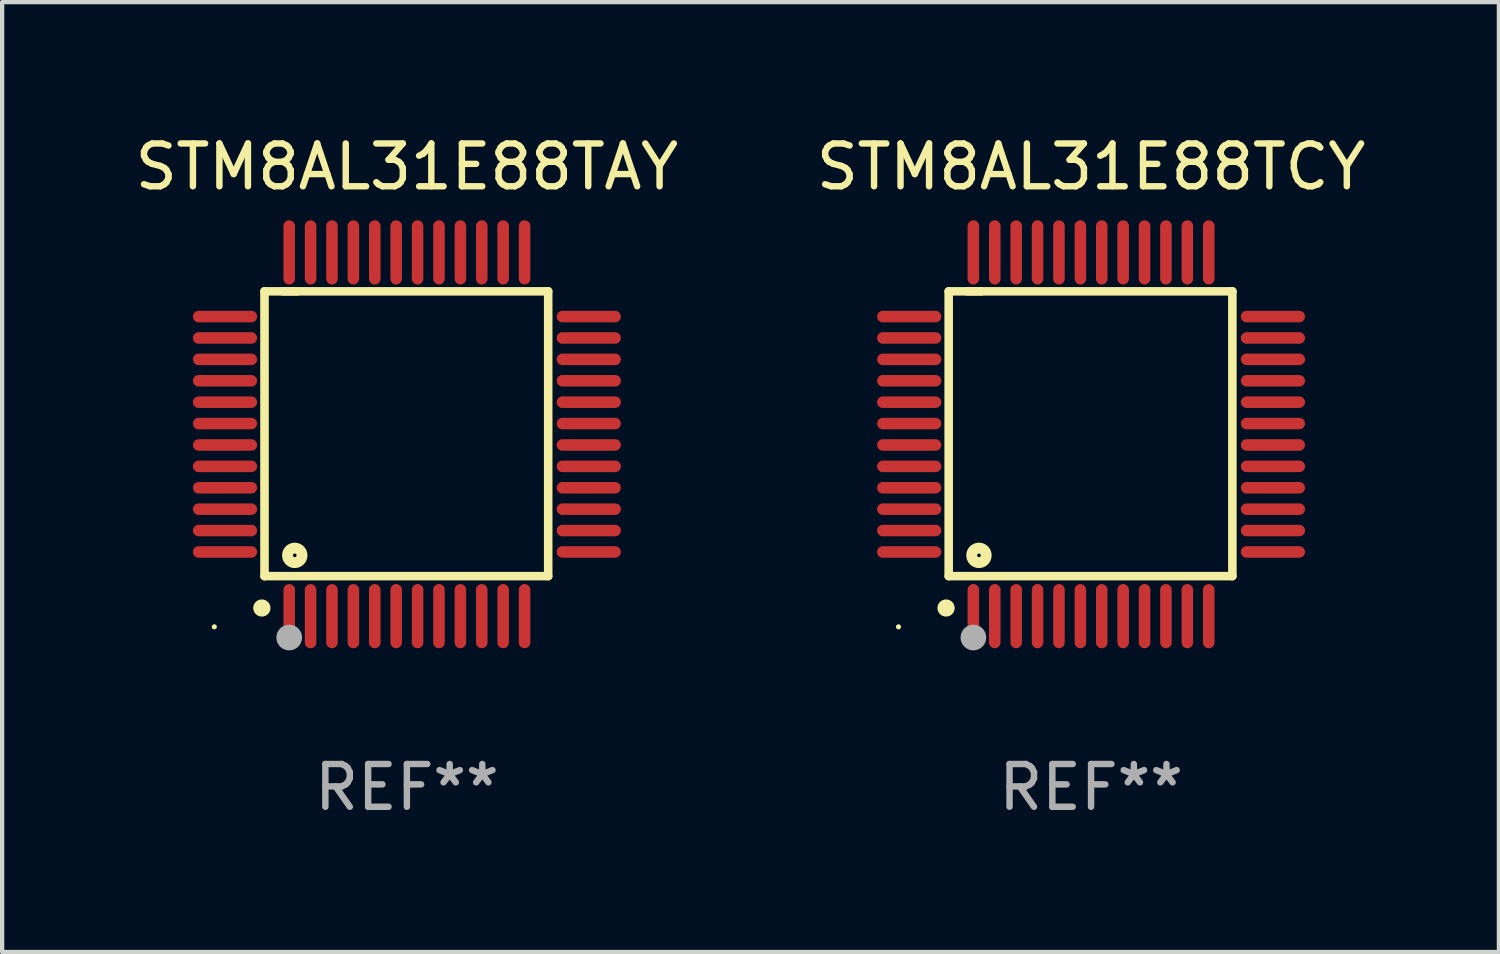
<source format=kicad_pcb>
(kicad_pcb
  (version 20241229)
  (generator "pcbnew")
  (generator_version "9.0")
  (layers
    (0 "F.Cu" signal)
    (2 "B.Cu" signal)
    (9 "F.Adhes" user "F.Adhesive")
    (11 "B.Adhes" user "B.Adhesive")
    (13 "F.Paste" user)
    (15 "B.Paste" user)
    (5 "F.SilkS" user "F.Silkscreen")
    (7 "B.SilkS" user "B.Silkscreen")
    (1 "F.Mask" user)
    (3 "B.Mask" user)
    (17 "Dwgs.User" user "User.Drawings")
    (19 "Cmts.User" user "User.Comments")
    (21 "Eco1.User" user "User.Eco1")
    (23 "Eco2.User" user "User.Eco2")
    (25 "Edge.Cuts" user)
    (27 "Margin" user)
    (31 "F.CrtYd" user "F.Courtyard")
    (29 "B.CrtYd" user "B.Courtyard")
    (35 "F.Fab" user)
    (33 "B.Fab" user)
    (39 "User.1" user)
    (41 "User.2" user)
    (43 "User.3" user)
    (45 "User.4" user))
  (footprint "STM8AL31E88TCY"
    (layer "F.Cu")
    (at 22.446 7.098)
    (property "Reference" "STM8AL31E88TCY" (at 0 -6.25 0) (layer "F.SilkS") (effects (font (size 1 1) (thickness 0.15))))
    (attr through_hole)
    (fp_line (start -3.327 -3.34) (end -2.565 -3.34) (stroke (width 0.2) (type solid)) (layer "F.SilkS"))
    (fp_line (start -3.327 3.315) (end -3.327 -3.34) (stroke (width 0.2) (type solid)) (layer "F.SilkS"))
    (fp_line (start -2.896 -3.34) (end 3.302 -3.34) (stroke (width 0.2) (type solid)) (layer "F.SilkS"))
    (fp_line (start 3.302 -3.34) (end 3.302 3.315) (stroke (width 0.2) (type solid)) (layer "F.SilkS"))
    (fp_line (start 3.302 3.315) (end -3.327 3.315) (stroke (width 0.2) (type solid)) (layer "F.SilkS"))
    (fp_arc (start -3.389992 4.059995) (mid -3.388722 4.059991) (end -3.387452 4.059995) (stroke (width 0.4) (type solid)) (layer "F.SilkS"))
    (fp_circle (center -4.5 4.5) (end -4.47 4.5) (stroke (width 0.06) (type solid)) (fill no) (layer "F.SilkS"))
    (fp_circle (center -2.62 2.83) (end -2.45 2.83) (stroke (width 0.254) (type solid)) (fill no) (layer "F.SilkS"))
    (fp_circle (center -2.75 4.75) (end -2.6 4.75) (stroke (width 0.3) (type solid)) (fill no) (layer "F.Fab"))
    (fp_text user "REF**" (at 0 8.25 0) (layer "F.Fab") (effects (font (size 1 1) (thickness 0.15))))
    (pad "1" smd oval (at -2.75 4.25) (size 0.27 1.5) (layers "F.Cu" "F.Mask" "F.Paste"))
    (pad "2" smd oval (at -2.25 4.25) (size 0.27 1.5) (layers "F.Cu" "F.Mask" "F.Paste"))
    (pad "3" smd oval (at -1.75 4.25) (size 0.27 1.5) (layers "F.Cu" "F.Mask" "F.Paste"))
    (pad "4" smd oval (at -1.25 4.25) (size 0.27 1.5) (layers "F.Cu" "F.Mask" "F.Paste"))
    (pad "5" smd oval (at -0.75 4.25) (size 0.27 1.5) (layers "F.Cu" "F.Mask" "F.Paste"))
    (pad "6" smd oval (at -0.25 4.25) (size 0.27 1.5) (layers "F.Cu" "F.Mask" "F.Paste"))
    (pad "7" smd oval (at 0.25 4.25) (size 0.27 1.5) (layers "F.Cu" "F.Mask" "F.Paste"))
    (pad "8" smd oval (at 0.75 4.25) (size 0.27 1.5) (layers "F.Cu" "F.Mask" "F.Paste"))
    (pad "9" smd oval (at 1.25 4.25) (size 0.27 1.5) (layers "F.Cu" "F.Mask" "F.Paste"))
    (pad "10" smd oval (at 1.75 4.25) (size 0.27 1.5) (layers "F.Cu" "F.Mask" "F.Paste"))
    (pad "11" smd oval (at 2.25 4.25) (size 0.27 1.5) (layers "F.Cu" "F.Mask" "F.Paste"))
    (pad "12" smd oval (at 2.75 4.25) (size 0.27 1.5) (layers "F.Cu" "F.Mask" "F.Paste"))
    (pad "13" smd oval (at 4.25 2.75) (size 1.5 0.27) (layers "F.Cu" "F.Mask" "F.Paste"))
    (pad "14" smd oval (at 4.25 2.25) (size 1.5 0.27) (layers "F.Cu" "F.Mask" "F.Paste"))
    (pad "15" smd oval (at 4.25 1.75) (size 1.5 0.27) (layers "F.Cu" "F.Mask" "F.Paste"))
    (pad "16" smd oval (at 4.25 1.25) (size 1.5 0.27) (layers "F.Cu" "F.Mask" "F.Paste"))
    (pad "17" smd oval (at 4.25 0.75) (size 1.5 0.27) (layers "F.Cu" "F.Mask" "F.Paste"))
    (pad "18" smd oval (at 4.25 0.25) (size 1.5 0.27) (layers "F.Cu" "F.Mask" "F.Paste"))
    (pad "19" smd oval (at 4.25 -0.25) (size 1.5 0.27) (layers "F.Cu" "F.Mask" "F.Paste"))
    (pad "20" smd oval (at 4.25 -0.75) (size 1.5 0.27) (layers "F.Cu" "F.Mask" "F.Paste"))
    (pad "21" smd oval (at 4.25 -1.25) (size 1.5 0.27) (layers "F.Cu" "F.Mask" "F.Paste"))
    (pad "22" smd oval (at 4.25 -1.75) (size 1.5 0.27) (layers "F.Cu" "F.Mask" "F.Paste"))
    (pad "23" smd oval (at 4.25 -2.25) (size 1.5 0.27) (layers "F.Cu" "F.Mask" "F.Paste"))
    (pad "24" smd oval (at 4.25 -2.75) (size 1.5 0.27) (layers "F.Cu" "F.Mask" "F.Paste"))
    (pad "25" smd oval (at 2.75 -4.25) (size 0.27 1.5) (layers "F.Cu" "F.Mask" "F.Paste"))
    (pad "26" smd oval (at 2.25 -4.25) (size 0.27 1.5) (layers "F.Cu" "F.Mask" "F.Paste"))
    (pad "27" smd oval (at 1.75 -4.25) (size 0.27 1.5) (layers "F.Cu" "F.Mask" "F.Paste"))
    (pad "28" smd oval (at 1.25 -4.25) (size 0.27 1.5) (layers "F.Cu" "F.Mask" "F.Paste"))
    (pad "29" smd oval (at 0.75 -4.25) (size 0.27 1.5) (layers "F.Cu" "F.Mask" "F.Paste"))
    (pad "30" smd oval (at 0.25 -4.25) (size 0.27 1.5) (layers "F.Cu" "F.Mask" "F.Paste"))
    (pad "31" smd oval (at -0.25 -4.25) (size 0.27 1.5) (layers "F.Cu" "F.Mask" "F.Paste"))
    (pad "32" smd oval (at -0.75 -4.25) (size 0.27 1.5) (layers "F.Cu" "F.Mask" "F.Paste"))
    (pad "33" smd oval (at -1.25 -4.25) (size 0.27 1.5) (layers "F.Cu" "F.Mask" "F.Paste"))
    (pad "34" smd oval (at -1.75 -4.25) (size 0.27 1.5) (layers "F.Cu" "F.Mask" "F.Paste"))
    (pad "35" smd oval (at -2.25 -4.25) (size 0.27 1.5) (layers "F.Cu" "F.Mask" "F.Paste"))
    (pad "36" smd oval (at -2.75 -4.25) (size 0.27 1.5) (layers "F.Cu" "F.Mask" "F.Paste"))
    (pad "37" smd oval (at -4.25 -2.75) (size 1.5 0.27) (layers "F.Cu" "F.Mask" "F.Paste"))
    (pad "38" smd oval (at -4.25 -2.25) (size 1.5 0.27) (layers "F.Cu" "F.Mask" "F.Paste"))
    (pad "39" smd oval (at -4.25 -1.75) (size 1.5 0.27) (layers "F.Cu" "F.Mask" "F.Paste"))
    (pad "40" smd oval (at -4.25 -1.25) (size 1.5 0.27) (layers "F.Cu" "F.Mask" "F.Paste"))
    (pad "41" smd oval (at -4.25 -0.75) (size 1.5 0.27) (layers "F.Cu" "F.Mask" "F.Paste"))
    (pad "42" smd oval (at -4.25 -0.25) (size 1.5 0.27) (layers "F.Cu" "F.Mask" "F.Paste"))
    (pad "43" smd oval (at -4.25 0.25) (size 1.5 0.27) (layers "F.Cu" "F.Mask" "F.Paste"))
    (pad "44" smd oval (at -4.25 0.75) (size 1.5 0.27) (layers "F.Cu" "F.Mask" "F.Paste"))
    (pad "45" smd oval (at -4.25 1.25) (size 1.5 0.27) (layers "F.Cu" "F.Mask" "F.Paste"))
    (pad "46" smd oval (at -4.25 1.75) (size 1.5 0.27) (layers "F.Cu" "F.Mask" "F.Paste"))
    (pad "47" smd oval (at -4.25 2.25) (size 1.5 0.27) (layers "F.Cu" "F.Mask" "F.Paste"))
    (pad "48" smd oval (at -4.25 2.75) (size 1.5 0.27) (layers "F.Cu" "F.Mask" "F.Paste")))
  (footprint "STM8AL31E88TAY"
    (layer "F.Cu")
    (at 6.458 7.098)
    (property "Reference" "STM8AL31E88TAY" (at 0 -6.25 0) (layer "F.SilkS") (effects (font (size 1 1) (thickness 0.15))))
    (attr through_hole)
    (fp_line (start -3.327 -3.34) (end -2.565 -3.34) (stroke (width 0.2) (type solid)) (layer "F.SilkS"))
    (fp_line (start -3.327 3.315) (end -3.327 -3.34) (stroke (width 0.2) (type solid)) (layer "F.SilkS"))
    (fp_line (start -2.896 -3.34) (end 3.302 -3.34) (stroke (width 0.2) (type solid)) (layer "F.SilkS"))
    (fp_line (start 3.302 -3.34) (end 3.302 3.315) (stroke (width 0.2) (type solid)) (layer "F.SilkS"))
    (fp_line (start 3.302 3.315) (end -3.327 3.315) (stroke (width 0.2) (type solid)) (layer "F.SilkS"))
    (fp_arc (start -3.389992 4.059995) (mid -3.388722 4.059991) (end -3.387452 4.059995) (stroke (width 0.4) (type solid)) (layer "F.SilkS"))
    (fp_circle (center -4.5 4.5) (end -4.47 4.5) (stroke (width 0.06) (type solid)) (fill no) (layer "F.SilkS"))
    (fp_circle (center -2.62 2.83) (end -2.45 2.83) (stroke (width 0.254) (type solid)) (fill no) (layer "F.SilkS"))
    (fp_circle (center -2.75 4.75) (end -2.6 4.75) (stroke (width 0.3) (type solid)) (fill no) (layer "F.Fab"))
    (fp_text user "REF**" (at 0 8.25 0) (layer "F.Fab") (effects (font (size 1 1) (thickness 0.15))))
    (pad "1" smd oval (at -2.75 4.25) (size 0.27 1.5) (layers "F.Cu" "F.Mask" "F.Paste"))
    (pad "2" smd oval (at -2.25 4.25) (size 0.27 1.5) (layers "F.Cu" "F.Mask" "F.Paste"))
    (pad "3" smd oval (at -1.75 4.25) (size 0.27 1.5) (layers "F.Cu" "F.Mask" "F.Paste"))
    (pad "4" smd oval (at -1.25 4.25) (size 0.27 1.5) (layers "F.Cu" "F.Mask" "F.Paste"))
    (pad "5" smd oval (at -0.75 4.25) (size 0.27 1.5) (layers "F.Cu" "F.Mask" "F.Paste"))
    (pad "6" smd oval (at -0.25 4.25) (size 0.27 1.5) (layers "F.Cu" "F.Mask" "F.Paste"))
    (pad "7" smd oval (at 0.25 4.25) (size 0.27 1.5) (layers "F.Cu" "F.Mask" "F.Paste"))
    (pad "8" smd oval (at 0.75 4.25) (size 0.27 1.5) (layers "F.Cu" "F.Mask" "F.Paste"))
    (pad "9" smd oval (at 1.25 4.25) (size 0.27 1.5) (layers "F.Cu" "F.Mask" "F.Paste"))
    (pad "10" smd oval (at 1.75 4.25) (size 0.27 1.5) (layers "F.Cu" "F.Mask" "F.Paste"))
    (pad "11" smd oval (at 2.25 4.25) (size 0.27 1.5) (layers "F.Cu" "F.Mask" "F.Paste"))
    (pad "12" smd oval (at 2.75 4.25) (size 0.27 1.5) (layers "F.Cu" "F.Mask" "F.Paste"))
    (pad "13" smd oval (at 4.25 2.75) (size 1.5 0.27) (layers "F.Cu" "F.Mask" "F.Paste"))
    (pad "14" smd oval (at 4.25 2.25) (size 1.5 0.27) (layers "F.Cu" "F.Mask" "F.Paste"))
    (pad "15" smd oval (at 4.25 1.75) (size 1.5 0.27) (layers "F.Cu" "F.Mask" "F.Paste"))
    (pad "16" smd oval (at 4.25 1.25) (size 1.5 0.27) (layers "F.Cu" "F.Mask" "F.Paste"))
    (pad "17" smd oval (at 4.25 0.75) (size 1.5 0.27) (layers "F.Cu" "F.Mask" "F.Paste"))
    (pad "18" smd oval (at 4.25 0.25) (size 1.5 0.27) (layers "F.Cu" "F.Mask" "F.Paste"))
    (pad "19" smd oval (at 4.25 -0.25) (size 1.5 0.27) (layers "F.Cu" "F.Mask" "F.Paste"))
    (pad "20" smd oval (at 4.25 -0.75) (size 1.5 0.27) (layers "F.Cu" "F.Mask" "F.Paste"))
    (pad "21" smd oval (at 4.25 -1.25) (size 1.5 0.27) (layers "F.Cu" "F.Mask" "F.Paste"))
    (pad "22" smd oval (at 4.25 -1.75) (size 1.5 0.27) (layers "F.Cu" "F.Mask" "F.Paste"))
    (pad "23" smd oval (at 4.25 -2.25) (size 1.5 0.27) (layers "F.Cu" "F.Mask" "F.Paste"))
    (pad "24" smd oval (at 4.25 -2.75) (size 1.5 0.27) (layers "F.Cu" "F.Mask" "F.Paste"))
    (pad "25" smd oval (at 2.75 -4.25) (size 0.27 1.5) (layers "F.Cu" "F.Mask" "F.Paste"))
    (pad "26" smd oval (at 2.25 -4.25) (size 0.27 1.5) (layers "F.Cu" "F.Mask" "F.Paste"))
    (pad "27" smd oval (at 1.75 -4.25) (size 0.27 1.5) (layers "F.Cu" "F.Mask" "F.Paste"))
    (pad "28" smd oval (at 1.25 -4.25) (size 0.27 1.5) (layers "F.Cu" "F.Mask" "F.Paste"))
    (pad "29" smd oval (at 0.75 -4.25) (size 0.27 1.5) (layers "F.Cu" "F.Mask" "F.Paste"))
    (pad "30" smd oval (at 0.25 -4.25) (size 0.27 1.5) (layers "F.Cu" "F.Mask" "F.Paste"))
    (pad "31" smd oval (at -0.25 -4.25) (size 0.27 1.5) (layers "F.Cu" "F.Mask" "F.Paste"))
    (pad "32" smd oval (at -0.75 -4.25) (size 0.27 1.5) (layers "F.Cu" "F.Mask" "F.Paste"))
    (pad "33" smd oval (at -1.25 -4.25) (size 0.27 1.5) (layers "F.Cu" "F.Mask" "F.Paste"))
    (pad "34" smd oval (at -1.75 -4.25) (size 0.27 1.5) (layers "F.Cu" "F.Mask" "F.Paste"))
    (pad "35" smd oval (at -2.25 -4.25) (size 0.27 1.5) (layers "F.Cu" "F.Mask" "F.Paste"))
    (pad "36" smd oval (at -2.75 -4.25) (size 0.27 1.5) (layers "F.Cu" "F.Mask" "F.Paste"))
    (pad "37" smd oval (at -4.25 -2.75) (size 1.5 0.27) (layers "F.Cu" "F.Mask" "F.Paste"))
    (pad "38" smd oval (at -4.25 -2.25) (size 1.5 0.27) (layers "F.Cu" "F.Mask" "F.Paste"))
    (pad "39" smd oval (at -4.25 -1.75) (size 1.5 0.27) (layers "F.Cu" "F.Mask" "F.Paste"))
    (pad "40" smd oval (at -4.25 -1.25) (size 1.5 0.27) (layers "F.Cu" "F.Mask" "F.Paste"))
    (pad "41" smd oval (at -4.25 -0.75) (size 1.5 0.27) (layers "F.Cu" "F.Mask" "F.Paste"))
    (pad "42" smd oval (at -4.25 -0.25) (size 1.5 0.27) (layers "F.Cu" "F.Mask" "F.Paste"))
    (pad "43" smd oval (at -4.25 0.25) (size 1.5 0.27) (layers "F.Cu" "F.Mask" "F.Paste"))
    (pad "44" smd oval (at -4.25 0.75) (size 1.5 0.27) (layers "F.Cu" "F.Mask" "F.Paste"))
    (pad "45" smd oval (at -4.25 1.25) (size 1.5 0.27) (layers "F.Cu" "F.Mask" "F.Paste"))
    (pad "46" smd oval (at -4.25 1.75) (size 1.5 0.27) (layers "F.Cu" "F.Mask" "F.Paste"))
    (pad "47" smd oval (at -4.25 2.25) (size 1.5 0.27) (layers "F.Cu" "F.Mask" "F.Paste"))
    (pad "48" smd oval (at -4.25 2.75) (size 1.5 0.27) (layers "F.Cu" "F.Mask" "F.Paste")))
  (gr_rect
    (start -3 -3)
    (end 31.976 19.196)
    (stroke (width 0.1) (type default))
    (fill no)
    (layer "Edge.Cuts")))
</source>
